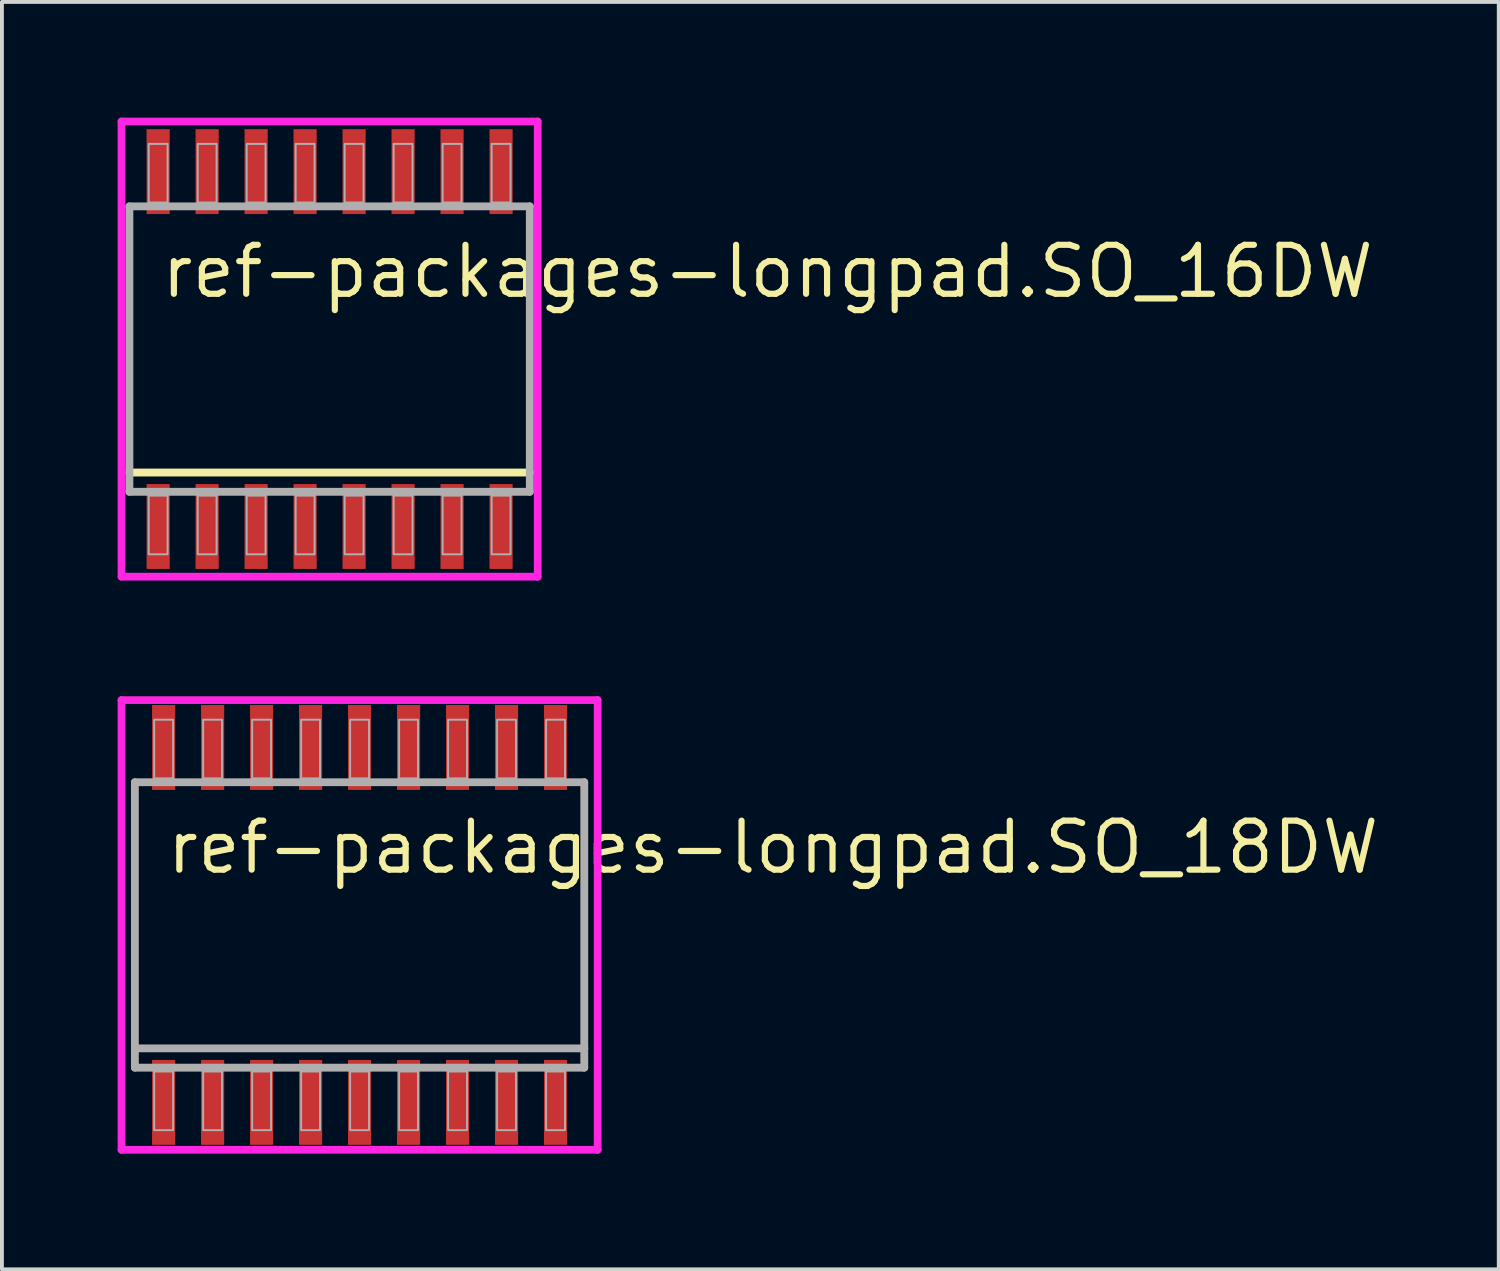
<source format=kicad_pcb>
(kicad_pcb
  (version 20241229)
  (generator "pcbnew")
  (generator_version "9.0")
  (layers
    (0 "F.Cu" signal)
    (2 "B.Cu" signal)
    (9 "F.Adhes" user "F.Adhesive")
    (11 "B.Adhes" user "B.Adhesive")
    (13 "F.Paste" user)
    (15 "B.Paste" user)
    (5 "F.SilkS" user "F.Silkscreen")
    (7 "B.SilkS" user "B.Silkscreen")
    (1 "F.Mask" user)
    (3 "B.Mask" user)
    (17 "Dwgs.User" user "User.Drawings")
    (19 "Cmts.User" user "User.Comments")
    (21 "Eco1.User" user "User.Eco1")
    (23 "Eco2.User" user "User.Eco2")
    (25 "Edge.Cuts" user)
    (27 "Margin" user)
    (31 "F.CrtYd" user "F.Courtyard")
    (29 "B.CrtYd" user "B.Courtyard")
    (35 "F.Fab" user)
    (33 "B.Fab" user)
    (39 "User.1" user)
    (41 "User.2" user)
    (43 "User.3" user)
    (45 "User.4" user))
  (footprint "ref-packages-longpad.SO_18DW"
    (layer "F.Cu")
    (at 6.272 20.929)
    (property "Reference" "ref-packages-longpad.SO_18DW" (at -5.08 -1.27 0) (layer "F.SilkS") (effects (font (size 1.27 1.27) (thickness 0.16)) (justify left bottom)))
    (attr smd)
    (fp_line (start -6.172 -5.829) (end -6.172 5.829) (stroke (width 0.2) (type default)) (layer "F.CrtYd"))
    (fp_line (start -6.172 5.829) (end 6.172 5.829) (stroke (width 0.2) (type default)) (layer "F.CrtYd"))
    (fp_line (start 6.172 5.829) (end 6.172 -5.829) (stroke (width 0.2) (type default)) (layer "F.CrtYd"))
    (fp_line (start 6.172 -5.829) (end -6.172 -5.829) (stroke (width 0.2) (type default)) (layer "F.CrtYd"))
    (fp_line (start -5.825 -3.7) (end 5.825 -3.7) (stroke (width 0.203) (type default)) (layer "F.Fab"))
    (fp_line (start -5.825 3.2) (end -5.825 -3.7) (stroke (width 0.203) (type default)) (layer "F.Fab"))
    (fp_line (start -5.825 3.7) (end -5.825 3.2) (stroke (width 0.203) (type default)) (layer "F.Fab"))
    (fp_line (start 5.825 -3.7) (end 5.825 3.2) (stroke (width 0.203) (type default)) (layer "F.Fab"))
    (fp_line (start 5.825 3.2) (end -5.825 3.2) (stroke (width 0.203) (type default)) (layer "F.Fab"))
    (fp_line (start 5.825 3.2) (end 5.825 3.7) (stroke (width 0.203) (type default)) (layer "F.Fab"))
    (fp_line (start 5.825 3.7) (end -5.825 3.7) (stroke (width 0.203) (type default)) (layer "F.Fab"))
    (fp_rect (start -5.325 -3.8) (end -4.835 -5.32) (stroke (width 0.05) (type default)) (fill no) (layer "F.Fab"))
    (fp_rect (start -5.325 5.32) (end -4.835 3.8) (stroke (width 0.05) (type default)) (fill no) (layer "F.Fab"))
    (fp_rect (start -4.055 -3.8) (end -3.565 -5.32) (stroke (width 0.05) (type default)) (fill no) (layer "F.Fab"))
    (fp_rect (start -4.055 5.32) (end -3.565 3.8) (stroke (width 0.05) (type default)) (fill no) (layer "F.Fab"))
    (fp_rect (start -2.785 -3.8) (end -2.295 -5.32) (stroke (width 0.05) (type default)) (fill no) (layer "F.Fab"))
    (fp_rect (start -2.785 5.32) (end -2.295 3.8) (stroke (width 0.05) (type default)) (fill no) (layer "F.Fab"))
    (fp_rect (start -1.515 -3.8) (end -1.025 -5.32) (stroke (width 0.05) (type default)) (fill no) (layer "F.Fab"))
    (fp_rect (start -1.515 5.32) (end -1.025 3.8) (stroke (width 0.05) (type default)) (fill no) (layer "F.Fab"))
    (fp_rect (start -0.245 -3.8) (end 0.245 -5.32) (stroke (width 0.05) (type default)) (fill no) (layer "F.Fab"))
    (fp_rect (start -0.245 5.32) (end 0.245 3.8) (stroke (width 0.05) (type default)) (fill no) (layer "F.Fab"))
    (fp_rect (start 1.025 -3.8) (end 1.515 -5.32) (stroke (width 0.05) (type default)) (fill no) (layer "F.Fab"))
    (fp_rect (start 1.025 5.32) (end 1.515 3.8) (stroke (width 0.05) (type default)) (fill no) (layer "F.Fab"))
    (fp_rect (start 2.295 -3.8) (end 2.785 -5.32) (stroke (width 0.05) (type default)) (fill no) (layer "F.Fab"))
    (fp_rect (start 2.295 5.32) (end 2.785 3.8) (stroke (width 0.05) (type default)) (fill no) (layer "F.Fab"))
    (fp_rect (start 3.565 -3.8) (end 4.055 -5.32) (stroke (width 0.05) (type default)) (fill no) (layer "F.Fab"))
    (fp_rect (start 3.565 5.32) (end 4.055 3.8) (stroke (width 0.05) (type default)) (fill no) (layer "F.Fab"))
    (fp_rect (start 4.835 -3.8) (end 5.325 -5.32) (stroke (width 0.05) (type default)) (fill no) (layer "F.Fab"))
    (fp_rect (start 4.835 5.32) (end 5.325 3.8) (stroke (width 0.05) (type default)) (fill no) (layer "F.Fab"))
    (pad "1" smd roundrect (at -5.08 4.6) (size 0.6 2.2) (layers "F.Cu" "F.Mask" "F.Paste") (roundrect_rratio 0.01))
    (pad "2" smd roundrect (at -3.81 4.6) (size 0.6 2.2) (layers "F.Cu" "F.Mask" "F.Paste") (roundrect_rratio 0.01))
    (pad "3" smd roundrect (at -2.54 4.6) (size 0.6 2.2) (layers "F.Cu" "F.Mask" "F.Paste") (roundrect_rratio 0.01))
    (pad "4" smd roundrect (at -1.27 4.6) (size 0.6 2.2) (layers "F.Cu" "F.Mask" "F.Paste") (roundrect_rratio 0.01))
    (pad "5" smd roundrect (at 0 4.6) (size 0.6 2.2) (layers "F.Cu" "F.Mask" "F.Paste") (roundrect_rratio 0.01))
    (pad "6" smd roundrect (at 1.27 4.6) (size 0.6 2.2) (layers "F.Cu" "F.Mask" "F.Paste") (roundrect_rratio 0.01))
    (pad "7" smd roundrect (at 2.54 4.6) (size 0.6 2.2) (layers "F.Cu" "F.Mask" "F.Paste") (roundrect_rratio 0.01))
    (pad "8" smd roundrect (at 3.81 4.6) (size 0.6 2.2) (layers "F.Cu" "F.Mask" "F.Paste") (roundrect_rratio 0.01))
    (pad "9" smd roundrect (at 5.08 4.6) (size 0.6 2.2) (layers "F.Cu" "F.Mask" "F.Paste") (roundrect_rratio 0.01))
    (pad "10" smd roundrect (at 5.08 -4.6) (size 0.6 2.2) (layers "F.Cu" "F.Mask" "F.Paste") (roundrect_rratio 0.01))
    (pad "11" smd roundrect (at 3.81 -4.6) (size 0.6 2.2) (layers "F.Cu" "F.Mask" "F.Paste") (roundrect_rratio 0.01))
    (pad "12" smd roundrect (at 2.54 -4.6) (size 0.6 2.2) (layers "F.Cu" "F.Mask" "F.Paste") (roundrect_rratio 0.01))
    (pad "13" smd roundrect (at 1.27 -4.6) (size 0.6 2.2) (layers "F.Cu" "F.Mask" "F.Paste") (roundrect_rratio 0.01))
    (pad "14" smd roundrect (at 0 -4.6) (size 0.6 2.2) (layers "F.Cu" "F.Mask" "F.Paste") (roundrect_rratio 0.01))
    (pad "15" smd roundrect (at -1.27 -4.6) (size 0.6 2.2) (layers "F.Cu" "F.Mask" "F.Paste") (roundrect_rratio 0.01))
    (pad "16" smd roundrect (at -2.54 -4.6) (size 0.6 2.2) (layers "F.Cu" "F.Mask" "F.Paste") (roundrect_rratio 0.01))
    (pad "17" smd roundrect (at -3.81 -4.6) (size 0.6 2.2) (layers "F.Cu" "F.Mask" "F.Paste") (roundrect_rratio 0.01))
    (pad "18" smd roundrect (at -5.08 -4.6) (size 0.6 2.2) (layers "F.Cu" "F.Mask" "F.Paste") (roundrect_rratio 0.01)))
  (footprint "ref-packages-longpad.SO_16DW"
    (layer "F.Cu")
    (at 5.495 6)
    (property "Reference" "ref-packages-longpad.SO_16DW" (at -4.445 -1.27 0) (layer "F.SilkS") (effects (font (size 1.27 1.27) (thickness 0.16)) (justify left bottom)))
    (attr smd)
    (fp_line (start 5.19 3.2) (end -5.19 3.2) (stroke (width 0.203) (type default)) (layer "F.SilkS"))
    (fp_line (start -5.395 -5.9) (end 5.395 -5.9) (stroke (width 0.2) (type default)) (layer "F.CrtYd"))
    (fp_line (start -5.395 5.9) (end -5.395 -5.9) (stroke (width 0.2) (type default)) (layer "F.CrtYd"))
    (fp_line (start 5.395 -5.9) (end 5.395 5.9) (stroke (width 0.2) (type default)) (layer "F.CrtYd"))
    (fp_line (start 5.395 5.9) (end -5.395 5.9) (stroke (width 0.2) (type default)) (layer "F.CrtYd"))
    (fp_line (start -5.19 -3.7) (end 5.19 -3.7) (stroke (width 0.203) (type default)) (layer "F.Fab"))
    (fp_line (start -5.19 3.7) (end -5.19 -3.7) (stroke (width 0.203) (type default)) (layer "F.Fab"))
    (fp_line (start 5.19 -3.7) (end 5.19 3.7) (stroke (width 0.203) (type default)) (layer "F.Fab"))
    (fp_line (start 5.19 3.7) (end -5.19 3.7) (stroke (width 0.203) (type default)) (layer "F.Fab"))
    (fp_rect (start -4.69 -3.8) (end -4.2 -5.32) (stroke (width 0.05) (type default)) (fill no) (layer "F.Fab"))
    (fp_rect (start -4.69 5.32) (end -4.2 3.8) (stroke (width 0.05) (type default)) (fill no) (layer "F.Fab"))
    (fp_rect (start -3.42 -3.8) (end -2.93 -5.32) (stroke (width 0.05) (type default)) (fill no) (layer "F.Fab"))
    (fp_rect (start -3.42 5.32) (end -2.93 3.8) (stroke (width 0.05) (type default)) (fill no) (layer "F.Fab"))
    (fp_rect (start -2.15 -3.8) (end -1.66 -5.32) (stroke (width 0.05) (type default)) (fill no) (layer "F.Fab"))
    (fp_rect (start -2.15 5.32) (end -1.66 3.8) (stroke (width 0.05) (type default)) (fill no) (layer "F.Fab"))
    (fp_rect (start -0.88 -3.8) (end -0.39 -5.32) (stroke (width 0.05) (type default)) (fill no) (layer "F.Fab"))
    (fp_rect (start -0.88 5.32) (end -0.39 3.8) (stroke (width 0.05) (type default)) (fill no) (layer "F.Fab"))
    (fp_rect (start 0.39 -3.8) (end 0.88 -5.32) (stroke (width 0.05) (type default)) (fill no) (layer "F.Fab"))
    (fp_rect (start 0.39 5.32) (end 0.88 3.8) (stroke (width 0.05) (type default)) (fill no) (layer "F.Fab"))
    (fp_rect (start 1.66 -3.8) (end 2.15 -5.32) (stroke (width 0.05) (type default)) (fill no) (layer "F.Fab"))
    (fp_rect (start 1.66 5.32) (end 2.15 3.8) (stroke (width 0.05) (type default)) (fill no) (layer "F.Fab"))
    (fp_rect (start 2.93 -3.8) (end 3.42 -5.32) (stroke (width 0.05) (type default)) (fill no) (layer "F.Fab"))
    (fp_rect (start 2.93 5.32) (end 3.42 3.8) (stroke (width 0.05) (type default)) (fill no) (layer "F.Fab"))
    (fp_rect (start 4.2 -3.8) (end 4.69 -5.32) (stroke (width 0.05) (type default)) (fill no) (layer "F.Fab"))
    (fp_rect (start 4.2 5.32) (end 4.69 3.8) (stroke (width 0.05) (type default)) (fill no) (layer "F.Fab"))
    (pad "1" smd roundrect (at -4.445 4.6) (size 0.6 2.2) (layers "F.Cu" "F.Mask" "F.Paste") (roundrect_rratio 0.01))
    (pad "2" smd roundrect (at -3.175 4.6) (size 0.6 2.2) (layers "F.Cu" "F.Mask" "F.Paste") (roundrect_rratio 0.01))
    (pad "3" smd roundrect (at -1.905 4.6) (size 0.6 2.2) (layers "F.Cu" "F.Mask" "F.Paste") (roundrect_rratio 0.01))
    (pad "4" smd roundrect (at -0.635 4.6) (size 0.6 2.2) (layers "F.Cu" "F.Mask" "F.Paste") (roundrect_rratio 0.01))
    (pad "5" smd roundrect (at 0.635 4.6) (size 0.6 2.2) (layers "F.Cu" "F.Mask" "F.Paste") (roundrect_rratio 0.01))
    (pad "6" smd roundrect (at 1.905 4.6) (size 0.6 2.2) (layers "F.Cu" "F.Mask" "F.Paste") (roundrect_rratio 0.01))
    (pad "7" smd roundrect (at 3.175 4.6) (size 0.6 2.2) (layers "F.Cu" "F.Mask" "F.Paste") (roundrect_rratio 0.01))
    (pad "8" smd roundrect (at 4.445 4.6) (size 0.6 2.2) (layers "F.Cu" "F.Mask" "F.Paste") (roundrect_rratio 0.01))
    (pad "9" smd roundrect (at 4.445 -4.6) (size 0.6 2.2) (layers "F.Cu" "F.Mask" "F.Paste") (roundrect_rratio 0.01))
    (pad "10" smd roundrect (at 3.175 -4.6) (size 0.6 2.2) (layers "F.Cu" "F.Mask" "F.Paste") (roundrect_rratio 0.01))
    (pad "11" smd roundrect (at 1.905 -4.6) (size 0.6 2.2) (layers "F.Cu" "F.Mask" "F.Paste") (roundrect_rratio 0.01))
    (pad "12" smd roundrect (at 0.635 -4.6) (size 0.6 2.2) (layers "F.Cu" "F.Mask" "F.Paste") (roundrect_rratio 0.01))
    (pad "13" smd roundrect (at -0.635 -4.6) (size 0.6 2.2) (layers "F.Cu" "F.Mask" "F.Paste") (roundrect_rratio 0.01))
    (pad "14" smd roundrect (at -1.905 -4.6) (size 0.6 2.2) (layers "F.Cu" "F.Mask" "F.Paste") (roundrect_rratio 0.01))
    (pad "15" smd roundrect (at -3.175 -4.6) (size 0.6 2.2) (layers "F.Cu" "F.Mask" "F.Paste") (roundrect_rratio 0.01))
    (pad "16" smd roundrect (at -4.445 -4.6) (size 0.6 2.2) (layers "F.Cu" "F.Mask" "F.Paste") (roundrect_rratio 0.01)))
  (gr_rect
    (start -3 -3)
    (end 35.805 29.858)
    (stroke (width 0.1) (type default))
    (fill no)
    (layer "Edge.Cuts")))
</source>
